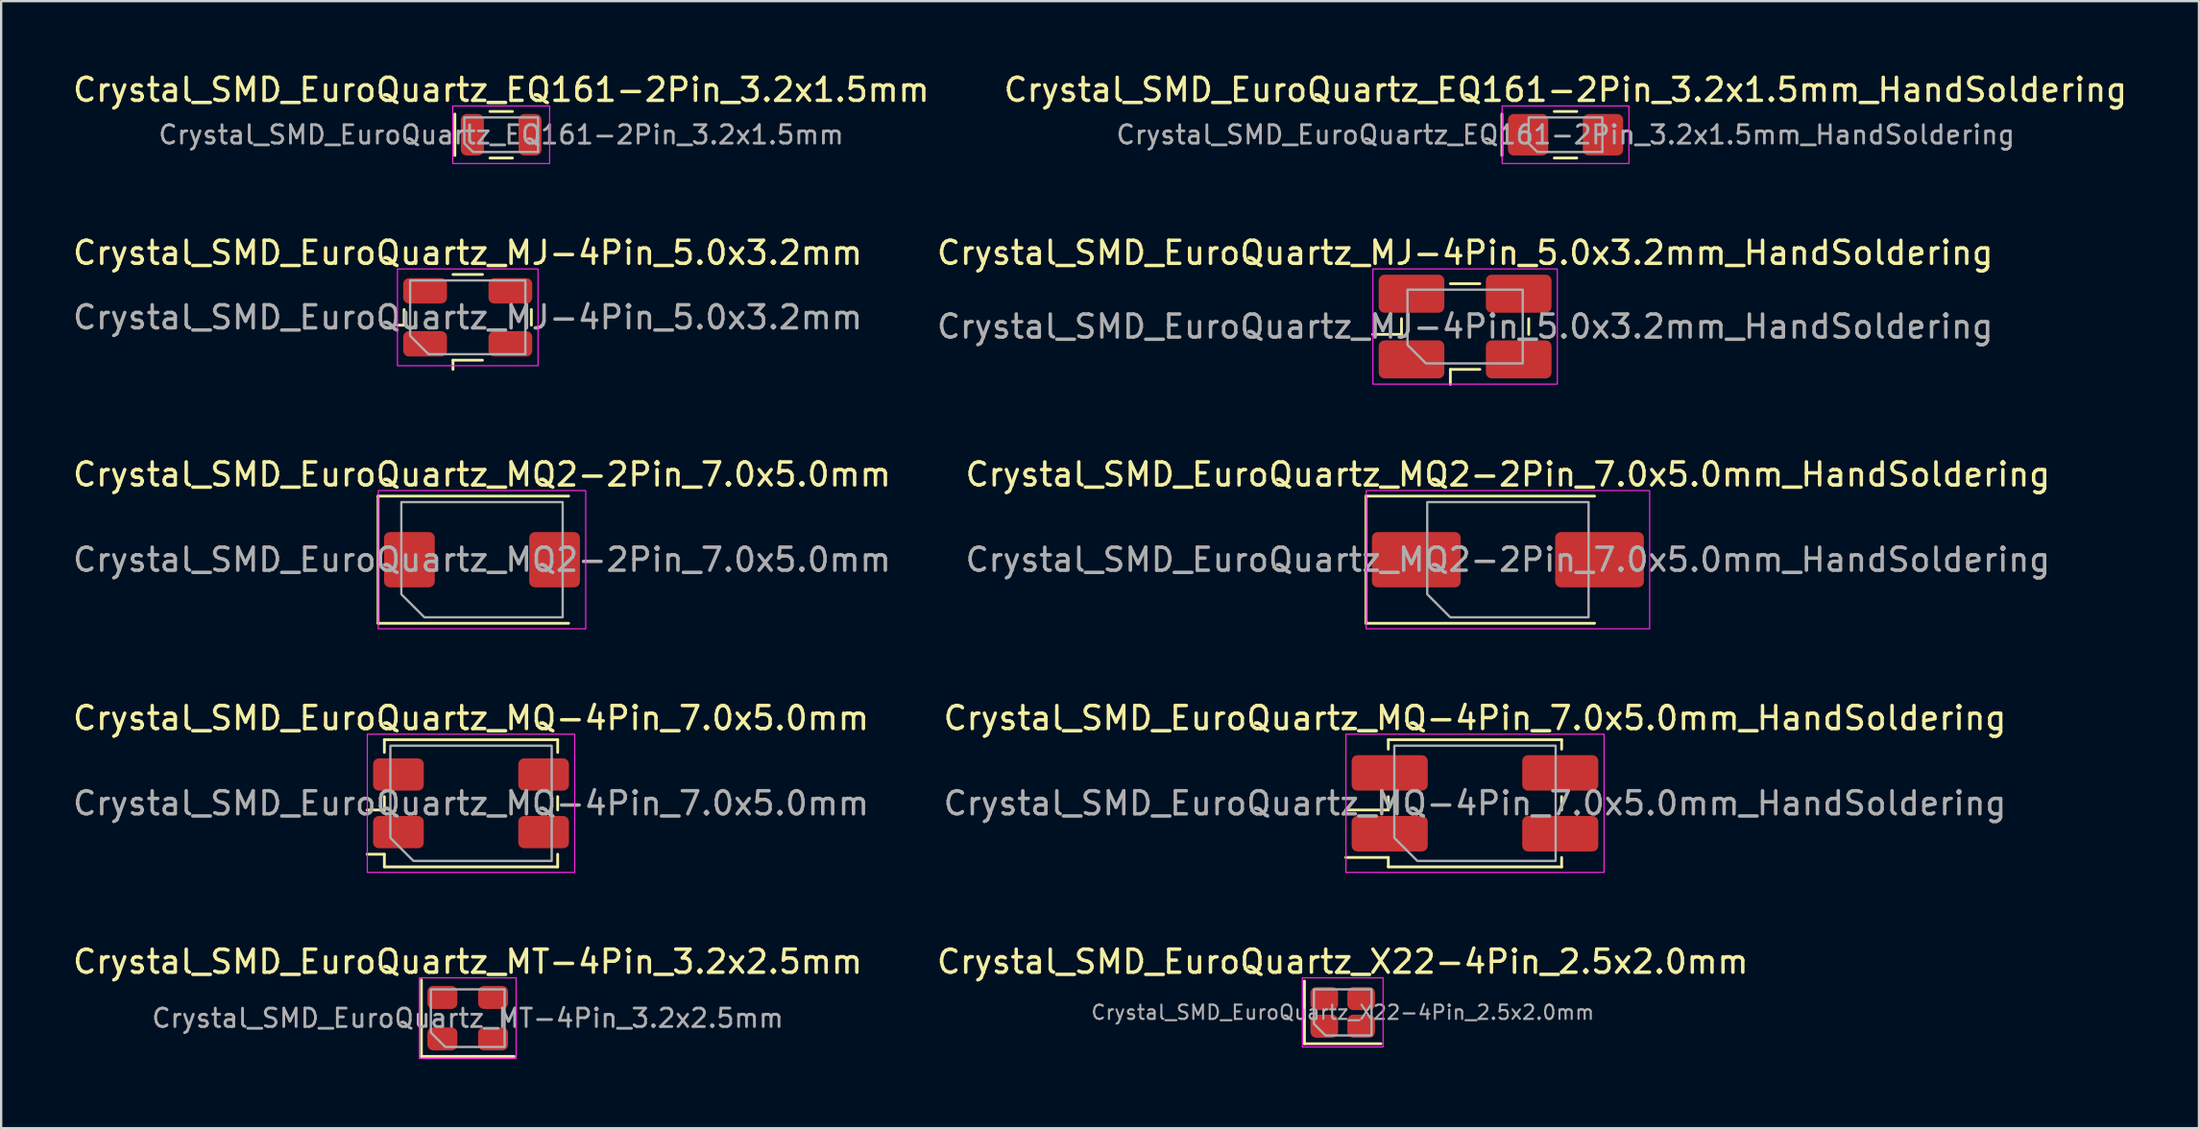
<source format=kicad_pcb>
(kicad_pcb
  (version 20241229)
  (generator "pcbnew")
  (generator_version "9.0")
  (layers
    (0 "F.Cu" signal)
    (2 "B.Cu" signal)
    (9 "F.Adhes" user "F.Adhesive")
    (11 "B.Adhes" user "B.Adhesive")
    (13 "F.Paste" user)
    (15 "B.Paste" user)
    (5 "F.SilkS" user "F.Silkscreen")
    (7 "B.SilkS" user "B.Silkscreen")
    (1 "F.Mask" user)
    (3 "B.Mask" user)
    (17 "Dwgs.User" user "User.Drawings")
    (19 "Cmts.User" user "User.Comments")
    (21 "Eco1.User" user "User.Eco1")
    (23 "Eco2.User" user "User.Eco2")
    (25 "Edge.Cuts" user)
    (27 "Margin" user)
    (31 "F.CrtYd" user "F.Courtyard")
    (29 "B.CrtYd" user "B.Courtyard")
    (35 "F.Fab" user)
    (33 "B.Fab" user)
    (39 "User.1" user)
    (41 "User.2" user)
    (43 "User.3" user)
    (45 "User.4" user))
  (footprint "Crystal_SMD_EuroQuartz_X22-4Pin_2.5x2.0mm"
    (layer "F.Cu")
    (at 55.208 40.886)
    (property "Reference" "Crystal_SMD_EuroQuartz_X22-4Pin_2.5x2.0mm" (at 0 -2.2 0) (layer "F.SilkS") (effects (font (size 1 1) (thickness 0.15))))
    (attr smd)
    (fp_line (start -1.66 -1.36) (end -1.66 1.36) (stroke (width 0.12) (type solid)) (layer "F.SilkS"))
    (fp_line (start -1.66 1.36) (end 1.66 1.36) (stroke (width 0.12) (type solid)) (layer "F.SilkS"))
    (fp_rect (start -1.75 -1.5) (end 1.75 1.5) (stroke (width 0.05) (type solid)) (fill no) (layer "F.CrtYd"))
    (fp_poly (pts (xy -1.25 -1) (xy -1.25 0.5) (xy -0.75 1) (xy 1.25 1) (xy 1.25 -1)) (stroke (width 0.1) (type solid)) (fill no) (layer "F.Fab"))
    (fp_text user "${REFERENCE}" (at 0 0 0) (layer "F.Fab") (effects (font (size 0.62 0.62) (thickness 0.09))))
    (pad "1" smd roundrect (at -0.8 0.6) (size 1.2 1) (layers "F.Cu" "F.Mask" "F.Paste") (roundrect_rratio 0.25))
    (pad "2" smd roundrect (at 0.8 0.6) (size 1.2 1) (layers "F.Cu" "F.Mask" "F.Paste") (roundrect_rratio 0.25))
    (pad "3" smd roundrect (at 0.8 -0.6) (size 1.2 1) (layers "F.Cu" "F.Mask" "F.Paste") (roundrect_rratio 0.25))
    (pad "4" smd roundrect (at -0.8 -0.6) (size 1.2 1) (layers "F.Cu" "F.Mask" "F.Paste") (roundrect_rratio 0.25)))
  (footprint "Crystal_SMD_EuroQuartz_MQ2-2Pin_7.0x5.0mm"
    (layer "F.Cu")
    (at 17.863 21.24)
    (property "Reference" "Crystal_SMD_EuroQuartz_MQ2-2Pin_7.0x5.0mm" (at 0 -3.7 0) (layer "F.SilkS") (effects (font (size 1 1) (thickness 0.15))))
    (attr smd)
    (fp_line (start -4.51 -2.76) (end -4.51 2.76) (stroke (width 0.12) (type solid)) (layer "F.SilkS"))
    (fp_line (start -4.51 2.76) (end 3.76 2.76) (stroke (width 0.12) (type solid)) (layer "F.SilkS"))
    (fp_line (start 3.76 -2.76) (end -4.51 -2.76) (stroke (width 0.12) (type solid)) (layer "F.SilkS"))
    (fp_rect (start -4.5 -3) (end 4.5 3) (stroke (width 0.05) (type solid)) (fill no) (layer "F.CrtYd"))
    (fp_poly (pts (xy -3.5 -2.5) (xy -3.5 1.5) (xy -2.5 2.5) (xy 3.5 2.5) (xy 3.5 -2.5)) (stroke (width 0.1) (type solid)) (fill no) (layer "F.Fab"))
    (fp_text user "${REFERENCE}" (at 0 0 0) (layer "F.Fab") (effects (font (size 1 1) (thickness 0.15))))
    (pad "1" smd roundrect (at -3.15 0) (size 2.2 2.4) (layers "F.Cu" "F.Mask" "F.Paste") (roundrect_rratio 0.114))
    (pad "2" smd roundrect (at 3.15 0) (size 2.2 2.4) (layers "F.Cu" "F.Mask" "F.Paste") (roundrect_rratio 0.114)))
  (footprint "Crystal_SMD_EuroQuartz_MT-4Pin_3.2x2.5mm"
    (layer "F.Cu")
    (at 17.244 41.136)
    (property "Reference" "Crystal_SMD_EuroQuartz_MT-4Pin_3.2x2.5mm" (at 0 -2.45 0) (layer "F.SilkS") (effects (font (size 1 1) (thickness 0.15))))
    (attr smd)
    (fp_line (start -2.01 -1.66) (end -2.01 1.66) (stroke (width 0.12) (type solid)) (layer "F.SilkS"))
    (fp_line (start -2.01 1.66) (end 2.01 1.66) (stroke (width 0.12) (type solid)) (layer "F.SilkS"))
    (fp_rect (start -2.1 -1.75) (end 2.1 1.75) (stroke (width 0.05) (type solid)) (fill no) (layer "F.CrtYd"))
    (fp_poly (pts (xy -1.6 -1.25) (xy -1.6 0.625) (xy -0.975 1.25) (xy 1.6 1.25) (xy 1.6 -1.25)) (stroke (width 0.1) (type solid)) (fill no) (layer "F.Fab"))
    (fp_text user "${REFERENCE}" (at 0 0 0) (layer "F.Fab") (effects (font (size 0.8 0.8) (thickness 0.12))))
    (pad "1" smd roundrect (at -1.1 0.9) (size 1.3 1) (layers "F.Cu" "F.Mask" "F.Paste") (roundrect_rratio 0.25))
    (pad "2" smd roundrect (at 1.1 0.9) (size 1.3 1) (layers "F.Cu" "F.Mask" "F.Paste") (roundrect_rratio 0.25))
    (pad "3" smd roundrect (at 1.1 -0.9) (size 1.3 1) (layers "F.Cu" "F.Mask" "F.Paste") (roundrect_rratio 0.25))
    (pad "4" smd roundrect (at -1.1 -0.9) (size 1.3 1) (layers "F.Cu" "F.Mask" "F.Paste") (roundrect_rratio 0.25)))
  (footprint "Crystal_SMD_EuroQuartz_MQ-4Pin_7.0x5.0mm"
    (layer "F.Cu")
    (at 17.387 31.813)
    (property "Reference" "Crystal_SMD_EuroQuartz_MQ-4Pin_7.0x5.0mm" (at 0 -3.7 0) (layer "F.SilkS") (effects (font (size 1 1) (thickness 0.15))))
    (attr smd)
    (fp_line (start -4.51 0.29) (end -3.76 0.29) (stroke (width 0.12) (type solid)) (layer "F.SilkS"))
    (fp_line (start -4.51 2.21) (end -3.76 2.21) (stroke (width 0.12) (type solid)) (layer "F.SilkS"))
    (fp_line (start -3.76 -2.76) (end 3.76 -2.76) (stroke (width 0.12) (type solid)) (layer "F.SilkS"))
    (fp_line (start -3.76 -2.21) (end -3.76 -2.76) (stroke (width 0.12) (type solid)) (layer "F.SilkS"))
    (fp_line (start -3.76 0.29) (end -3.76 -0.29) (stroke (width 0.12) (type solid)) (layer "F.SilkS"))
    (fp_line (start -3.76 2.21) (end -3.76 2.76) (stroke (width 0.12) (type solid)) (layer "F.SilkS"))
    (fp_line (start -3.76 2.76) (end 3.76 2.76) (stroke (width 0.12) (type solid)) (layer "F.SilkS"))
    (fp_line (start 3.76 -2.76) (end 3.76 -2.21) (stroke (width 0.12) (type solid)) (layer "F.SilkS"))
    (fp_line (start 3.76 -0.29) (end 3.76 0.29) (stroke (width 0.12) (type solid)) (layer "F.SilkS"))
    (fp_line (start 3.76 2.76) (end 3.76 2.21) (stroke (width 0.12) (type solid)) (layer "F.SilkS"))
    (fp_rect (start -4.5 -3) (end 4.5 3) (stroke (width 0.05) (type solid)) (fill no) (layer "F.CrtYd"))
    (fp_poly (pts (xy -3.5 -2.5) (xy -3.5 1.5) (xy -2.5 2.5) (xy 3.5 2.5) (xy 3.5 -2.5)) (stroke (width 0.1) (type solid)) (fill no) (layer "F.Fab"))
    (fp_text user "${REFERENCE}" (at 0 0 0) (layer "F.Fab") (effects (font (size 1 1) (thickness 0.15))))
    (pad "1" smd roundrect (at -3.15 1.25) (size 2.2 1.4) (layers "F.Cu" "F.Mask" "F.Paste") (roundrect_rratio 0.179))
    (pad "2" smd roundrect (at 3.15 1.25) (size 2.2 1.4) (layers "F.Cu" "F.Mask" "F.Paste") (roundrect_rratio 0.179))
    (pad "3" smd roundrect (at 3.15 -1.25) (size 2.2 1.4) (layers "F.Cu" "F.Mask" "F.Paste") (roundrect_rratio 0.179))
    (pad "4" smd roundrect (at -3.15 -1.25) (size 2.2 1.4) (layers "F.Cu" "F.Mask" "F.Paste") (roundrect_rratio 0.179)))
  (footprint "Crystal_SMD_EuroQuartz_MJ-4Pin_5.0x3.2mm"
    (layer "F.Cu")
    (at 17.244 10.722)
    (property "Reference" "Crystal_SMD_EuroQuartz_MJ-4Pin_5.0x3.2mm" (at 0 -2.8 0) (layer "F.SilkS") (effects (font (size 1 1) (thickness 0.15))))
    (attr smd)
    (fp_line (start -3.06 0.34) (end -2.76 0.34) (stroke (width 0.12) (type solid)) (layer "F.SilkS"))
    (fp_line (start -2.76 0.34) (end -2.76 -0.34) (stroke (width 0.12) (type solid)) (layer "F.SilkS"))
    (fp_line (start -0.64 -1.86) (end 0.64 -1.86) (stroke (width 0.12) (type solid)) (layer "F.SilkS"))
    (fp_line (start -0.64 1.86) (end -0.64 2.26) (stroke (width 0.12) (type solid)) (layer "F.SilkS"))
    (fp_line (start 0.64 1.86) (end -0.64 1.86) (stroke (width 0.12) (type solid)) (layer "F.SilkS"))
    (fp_line (start 2.76 -0.34) (end 2.76 0.34) (stroke (width 0.12) (type solid)) (layer "F.SilkS"))
    (fp_rect (start -3.05 -2.1) (end 3.05 2.1) (stroke (width 0.05) (type solid)) (fill no) (layer "F.CrtYd"))
    (fp_poly (pts (xy -2.5 -1.6) (xy -2.5 0.8) (xy -1.7 1.6) (xy 2.5 1.6) (xy 2.5 -1.6)) (stroke (width 0.1) (type solid)) (fill no) (layer "F.Fab"))
    (fp_text user "${REFERENCE}" (at 0 0 0) (layer "F.Fab") (effects (font (size 1 1) (thickness 0.15))))
    (pad "1" smd roundrect (at -1.85 1.15) (size 1.9 1.1) (layers "F.Cu" "F.Mask" "F.Paste") (roundrect_rratio 0.227))
    (pad "2" smd roundrect (at 1.85 1.15) (size 1.9 1.1) (layers "F.Cu" "F.Mask" "F.Paste") (roundrect_rratio 0.227))
    (pad "3" smd roundrect (at 1.85 -1.15) (size 1.9 1.1) (layers "F.Cu" "F.Mask" "F.Paste") (roundrect_rratio 0.227))
    (pad "4" smd roundrect (at -1.85 -1.15) (size 1.9 1.1) (layers "F.Cu" "F.Mask" "F.Paste") (roundrect_rratio 0.227)))
  (footprint "Crystal_SMD_EuroQuartz_EQ161-2Pin_3.2x1.5mm"
    (layer "F.Cu")
    (at 18.696 2.798)
    (property "Reference" "Crystal_SMD_EuroQuartz_EQ161-2Pin_3.2x1.5mm" (at 0 -1.95 0) (layer "F.SilkS") (effects (font (size 1 1) (thickness 0.15))))
    (attr smd)
    (fp_line (start -2.01 -0.9) (end -2.01 0.9) (stroke (width 0.12) (type solid)) (layer "F.SilkS"))
    (fp_line (start -0.49 -1.01) (end 0.49 -1.01) (stroke (width 0.12) (type solid)) (layer "F.SilkS"))
    (fp_line (start -0.49 1.01) (end 0.49 1.01) (stroke (width 0.12) (type solid)) (layer "F.SilkS"))
    (fp_rect (start -2.1 -1.25) (end 2.1 1.25) (stroke (width 0.05) (type solid)) (fill no) (layer "F.CrtYd"))
    (fp_poly (pts (xy -1.6 -0.75) (xy -1.6 0.375) (xy -1.225 0.75) (xy 1.6 0.75) (xy 1.6 -0.75)) (stroke (width 0.1) (type solid)) (fill no) (layer "F.Fab"))
    (fp_text user "${REFERENCE}" (at 0 0 0) (layer "F.Fab") (effects (font (size 0.8 0.8) (thickness 0.12))))
    (pad "1" smd roundrect (at -1.25 0) (size 1 1.8) (layers "F.Cu" "F.Mask" "F.Paste") (roundrect_rratio 0.25))
    (pad "2" smd roundrect (at 1.25 0) (size 1 1.8) (layers "F.Cu" "F.Mask" "F.Paste") (roundrect_rratio 0.25)))
  (footprint "Crystal_SMD_EuroQuartz_EQ161-2Pin_3.2x1.5mm_HandSoldering"
    (layer "F.Cu")
    (at 64.875 2.798)
    (property "Reference" "Crystal_SMD_EuroQuartz_EQ161-2Pin_3.2x1.5mm_HandSoldering" (at 0 -1.95 0) (layer "F.SilkS") (effects (font (size 1 1) (thickness 0.15))))
    (attr smd)
    (fp_line (start -2.76 -0.9) (end -2.76 0.9) (stroke (width 0.12) (type solid)) (layer "F.SilkS"))
    (fp_line (start -0.49 -1.01) (end 0.49 -1.01) (stroke (width 0.12) (type solid)) (layer "F.SilkS"))
    (fp_line (start -0.49 1.01) (end 0.49 1.01) (stroke (width 0.12) (type solid)) (layer "F.SilkS"))
    (fp_rect (start -2.75 -1.25) (end 2.75 1.25) (stroke (width 0.05) (type solid)) (fill no) (layer "F.CrtYd"))
    (fp_poly (pts (xy -1.6 -0.75) (xy -1.6 0.375) (xy -1.225 0.75) (xy 1.6 0.75) (xy 1.6 -0.75)) (stroke (width 0.1) (type solid)) (fill no) (layer "F.Fab"))
    (fp_text user "${REFERENCE}" (at 0 0 0) (layer "F.Fab") (effects (font (size 0.8 0.8) (thickness 0.12))))
    (pad "1" smd roundrect (at -1.625 0) (size 1.75 1.8) (layers "F.Cu" "F.Mask" "F.Paste") (roundrect_rratio 0.143))
    (pad "2" smd roundrect (at 1.625 0) (size 1.75 1.8) (layers "F.Cu" "F.Mask" "F.Paste") (roundrect_rratio 0.143)))
  (footprint "Crystal_SMD_EuroQuartz_MQ-4Pin_7.0x5.0mm_HandSoldering"
    (layer "F.Cu")
    (at 60.946 31.813)
    (property "Reference" "Crystal_SMD_EuroQuartz_MQ-4Pin_7.0x5.0mm_HandSoldering" (at 0 -3.7 0) (layer "F.SilkS") (effects (font (size 1 1) (thickness 0.15))))
    (attr smd)
    (fp_line (start -5.61 0.29) (end -3.76 0.29) (stroke (width 0.12) (type solid)) (layer "F.SilkS"))
    (fp_line (start -5.61 2.35) (end -3.76 2.35) (stroke (width 0.12) (type solid)) (layer "F.SilkS"))
    (fp_line (start -3.76 -2.76) (end 3.76 -2.76) (stroke (width 0.12) (type solid)) (layer "F.SilkS"))
    (fp_line (start -3.76 -2.35) (end -3.76 -2.76) (stroke (width 0.12) (type solid)) (layer "F.SilkS"))
    (fp_line (start -3.76 0.29) (end -3.76 -0.29) (stroke (width 0.12) (type solid)) (layer "F.SilkS"))
    (fp_line (start -3.76 2.35) (end -3.76 2.76) (stroke (width 0.12) (type solid)) (layer "F.SilkS"))
    (fp_line (start -3.76 2.76) (end 3.76 2.76) (stroke (width 0.12) (type solid)) (layer "F.SilkS"))
    (fp_line (start 3.76 -2.76) (end 3.76 -2.35) (stroke (width 0.12) (type solid)) (layer "F.SilkS"))
    (fp_line (start 3.76 -0.29) (end 3.76 0.29) (stroke (width 0.12) (type solid)) (layer "F.SilkS"))
    (fp_line (start 3.76 2.76) (end 3.76 2.35) (stroke (width 0.12) (type solid)) (layer "F.SilkS"))
    (fp_rect (start -5.6 -3) (end 5.6 3) (stroke (width 0.05) (type solid)) (fill no) (layer "F.CrtYd"))
    (fp_poly (pts (xy -3.5 -2.5) (xy -3.5 1.5) (xy -2.5 2.5) (xy 3.5 2.5) (xy 3.5 -2.5)) (stroke (width 0.1) (type solid)) (fill no) (layer "F.Fab"))
    (fp_text user "${REFERENCE}" (at 0 0 0) (layer "F.Fab") (effects (font (size 1 1) (thickness 0.15))))
    (pad "1" smd roundrect (at -3.7 1.32) (size 3.3 1.54) (layers "F.Cu" "F.Mask" "F.Paste") (roundrect_rratio 0.162))
    (pad "2" smd roundrect (at 3.7 1.32) (size 3.3 1.54) (layers "F.Cu" "F.Mask" "F.Paste") (roundrect_rratio 0.162))
    (pad "3" smd roundrect (at 3.7 -1.32) (size 3.3 1.54) (layers "F.Cu" "F.Mask" "F.Paste") (roundrect_rratio 0.162))
    (pad "4" smd roundrect (at -3.7 -1.32) (size 3.3 1.54) (layers "F.Cu" "F.Mask" "F.Paste") (roundrect_rratio 0.162)))
  (footprint "Crystal_SMD_EuroQuartz_MQ2-2Pin_7.0x5.0mm_HandSoldering"
    (layer "F.Cu")
    (at 62.375 21.24)
    (property "Reference" "Crystal_SMD_EuroQuartz_MQ2-2Pin_7.0x5.0mm_HandSoldering" (at 0 -3.7 0) (layer "F.SilkS") (effects (font (size 1 1) (thickness 0.15))))
    (attr smd)
    (fp_line (start -6.16 -2.76) (end -6.16 2.76) (stroke (width 0.12) (type solid)) (layer "F.SilkS"))
    (fp_line (start -6.16 2.76) (end 3.76 2.76) (stroke (width 0.12) (type solid)) (layer "F.SilkS"))
    (fp_line (start 3.76 -2.76) (end -6.16 -2.76) (stroke (width 0.12) (type solid)) (layer "F.SilkS"))
    (fp_rect (start -6.15 -3) (end 6.15 3) (stroke (width 0.05) (type solid)) (fill no) (layer "F.CrtYd"))
    (fp_poly (pts (xy -3.5 -2.5) (xy -3.5 1.5) (xy -2.5 2.5) (xy 3.5 2.5) (xy 3.5 -2.5)) (stroke (width 0.1) (type solid)) (fill no) (layer "F.Fab"))
    (fp_text user "${REFERENCE}" (at 0 0 0) (layer "F.Fab") (effects (font (size 1 1) (thickness 0.15))))
    (pad "1" smd roundrect (at -3.975 0) (size 3.85 2.4) (layers "F.Cu" "F.Mask" "F.Paste") (roundrect_rratio 0.104))
    (pad "2" smd roundrect (at 3.975 0) (size 3.85 2.4) (layers "F.Cu" "F.Mask" "F.Paste") (roundrect_rratio 0.104)))
  (footprint "Crystal_SMD_EuroQuartz_MJ-4Pin_5.0x3.2mm_HandSoldering"
    (layer "F.Cu")
    (at 60.518 11.121)
    (property "Reference" "Crystal_SMD_EuroQuartz_MJ-4Pin_5.0x3.2mm_HandSoldering" (at 0 -3.2 0) (layer "F.SilkS") (effects (font (size 1 1) (thickness 0.15))))
    (attr smd)
    (fp_line (start -4.01 0.34) (end -2.76 0.34) (stroke (width 0.12) (type solid)) (layer "F.SilkS"))
    (fp_line (start -2.76 0.34) (end -2.76 -0.34) (stroke (width 0.12) (type solid)) (layer "F.SilkS"))
    (fp_line (start -0.64 -1.86) (end 0.64 -1.86) (stroke (width 0.12) (type solid)) (layer "F.SilkS"))
    (fp_line (start -0.64 1.86) (end -0.64 2.51) (stroke (width 0.12) (type solid)) (layer "F.SilkS"))
    (fp_line (start 0.64 1.86) (end -0.64 1.86) (stroke (width 0.12) (type solid)) (layer "F.SilkS"))
    (fp_line (start 2.76 -0.34) (end 2.76 0.34) (stroke (width 0.12) (type solid)) (layer "F.SilkS"))
    (fp_rect (start -4 -2.5) (end 4 2.5) (stroke (width 0.05) (type solid)) (fill no) (layer "F.CrtYd"))
    (fp_poly (pts (xy -2.5 -1.6) (xy -2.5 0.8) (xy -1.7 1.6) (xy 2.5 1.6) (xy 2.5 -1.6)) (stroke (width 0.1) (type solid)) (fill no) (layer "F.Fab"))
    (fp_text user "${REFERENCE}" (at 0 0 0) (layer "F.Fab") (effects (font (size 1 1) (thickness 0.15))))
    (pad "1" smd roundrect (at -2.325 1.425) (size 2.85 1.65) (layers "F.Cu" "F.Mask" "F.Paste") (roundrect_rratio 0.152))
    (pad "2" smd roundrect (at 2.325 1.425) (size 2.85 1.65) (layers "F.Cu" "F.Mask" "F.Paste") (roundrect_rratio 0.152))
    (pad "3" smd roundrect (at 2.325 -1.425) (size 2.85 1.65) (layers "F.Cu" "F.Mask" "F.Paste") (roundrect_rratio 0.152))
    (pad "4" smd roundrect (at -2.325 -1.425) (size 2.85 1.65) (layers "F.Cu" "F.Mask" "F.Paste") (roundrect_rratio 0.152)))
  (gr_rect
    (start -3 -3)
    (end 92.357 45.911)
    (stroke (width 0.1) (type default))
    (fill no)
    (layer "Edge.Cuts")))
</source>
